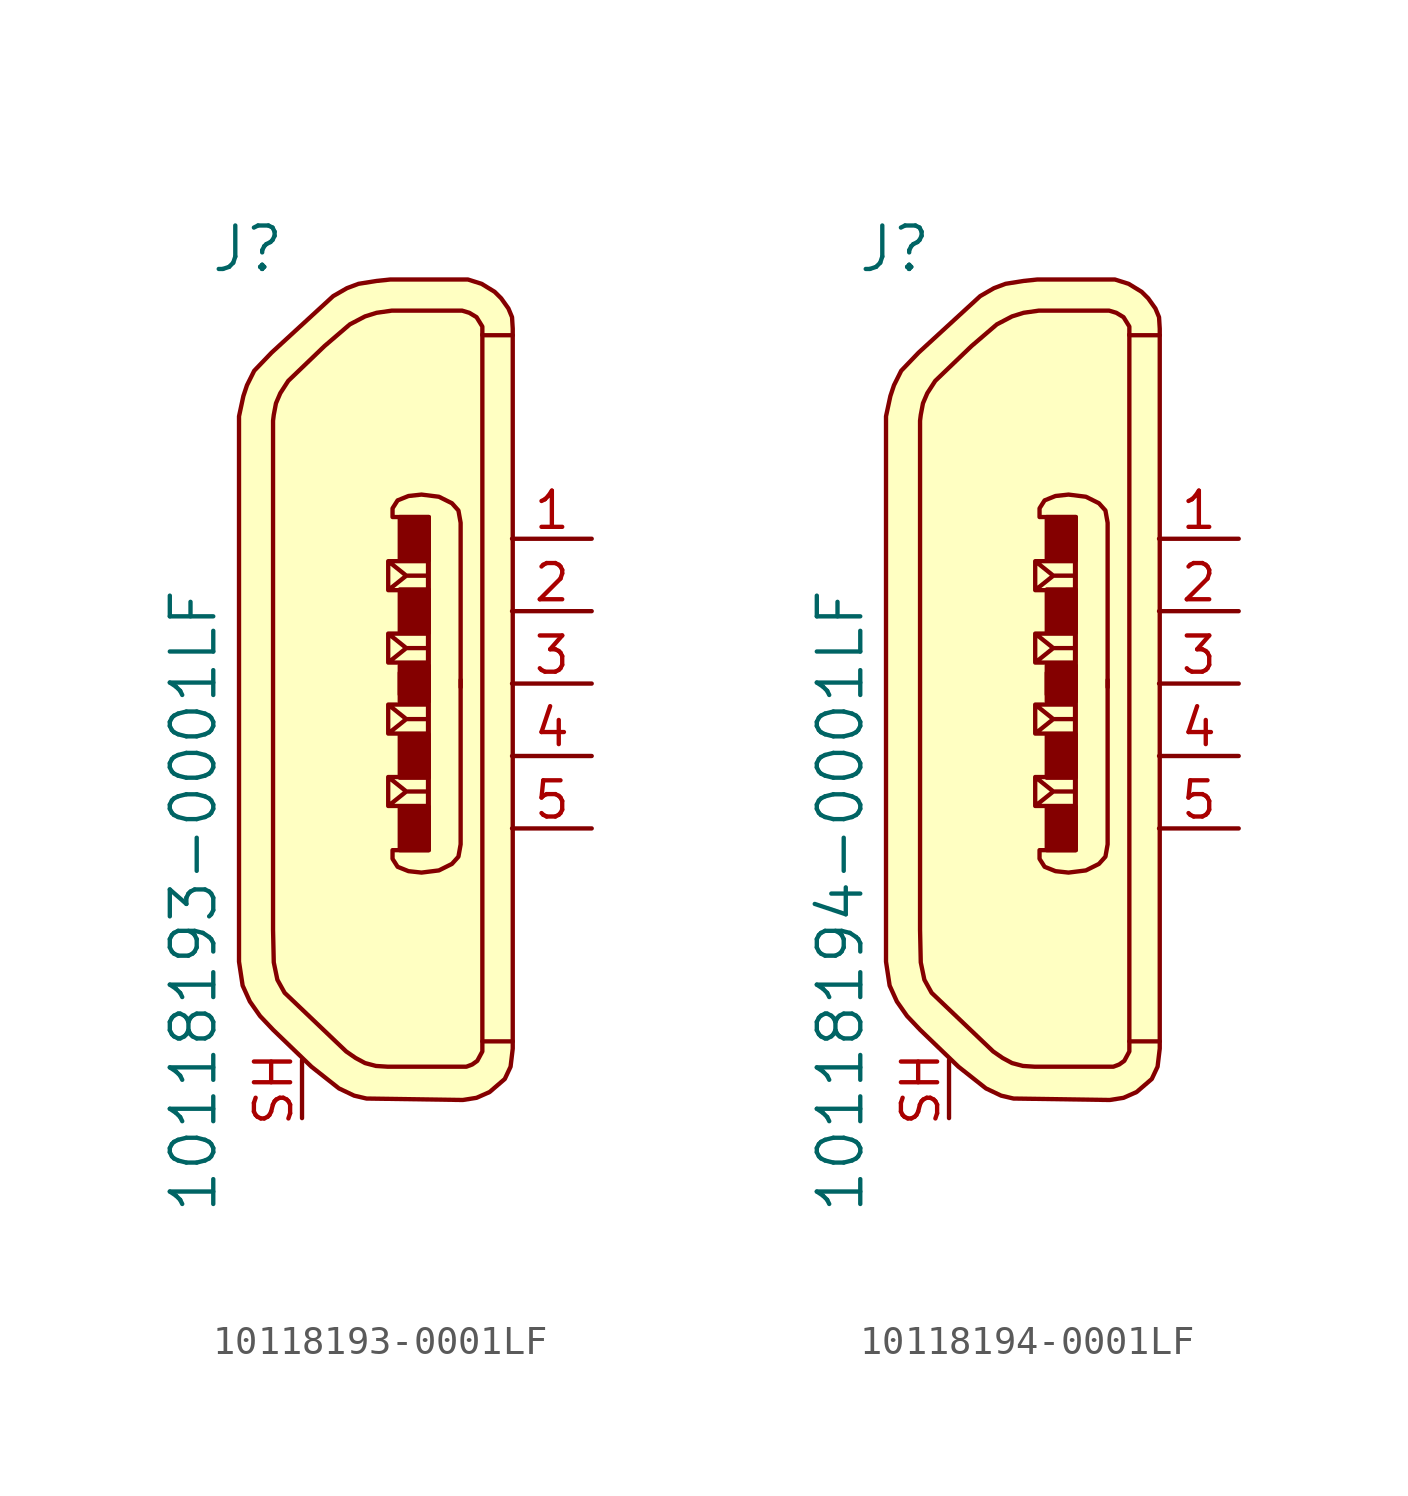
<source format=kicad_sym>
(kicad_symbol_lib
  (version 20211014)
  (generator kicad_symbol_editor)
  (symbol "10118193-0001LF"
    (pin_names
      (offset 1.016))
    (property "Reference" "J"
      (at -4.445 15.24 0)
      (effects (font (size 1.524 1.524))))
    (property "Value" "10118193-0001LF"
      (at -6.35 -7.62 90)
      (effects (font (size 1.524 1.524))))
    (symbol "10118193-0001LF_0_1"
      (polyline (pts (xy 3.785 12.243) (xy 3.785 -12.548)) (stroke (width 0) (type default) (color 0 0 0 0)) (fill (type none)))
      (polyline (pts (xy 0.483 -4.293) (xy 0.483 -3.277) (xy 1.88 -3.277) (xy 1.88 -4.293) (xy 0.483 -4.293) (xy 1.118 -3.785) (xy 0.483 -3.277) (xy 1.88 -3.277) (xy 1.88 -3.785) (xy 1.118 -3.785)) (stroke (width 0) (type default) (color 0 0 0 0)) (fill (type none)))
      (polyline (pts (xy 0.483 -1.753) (xy 0.483 -0.737) (xy 1.88 -0.737) (xy 1.88 -1.753) (xy 0.483 -1.753) (xy 1.118 -1.245) (xy 0.483 -0.737) (xy 1.88 -0.737) (xy 1.88 -1.245) (xy 1.118 -1.245)) (stroke (width 0) (type default) (color 0 0 0 0)) (fill (type none)))
      (polyline (pts (xy 0.483 1.753) (xy 0.483 0.737) (xy 1.88 0.737) (xy 1.88 1.753) (xy 0.483 1.753) (xy 1.118 1.245) (xy 0.483 0.737) (xy 1.88 0.737) (xy 1.88 1.245) (xy 1.118 1.245)) (stroke (width 0) (type default) (color 0 0 0 0)) (fill (type none)))
      (polyline (pts (xy 0.483 4.293) (xy 0.483 3.277) (xy 1.88 3.277) (xy 1.88 4.293) (xy 0.483 4.293) (xy 1.118 3.785) (xy 0.483 3.277) (xy 1.88 3.277) (xy 1.88 3.785) (xy 1.118 3.785)) (stroke (width 0) (type default) (color 0 0 0 0)) (fill (type none)))
      (polyline (pts (xy 1.905 -0.025) (xy 1.905 5.842) (xy 0.635 5.842) (xy 0.635 6.147) (xy 0.813 6.426) (xy 1.194 6.579) (xy 1.651 6.629) (xy 2.261 6.553) (xy 2.718 6.325) (xy 2.946 6.071) (xy 3.023 5.639) (xy 3.023 4.801) (xy 3.023 -0.127)) (stroke (width 0) (type default) (color 0 0 0 0)) (fill (type none)))
      (polyline (pts (xy 1.905 0.025) (xy 1.905 -5.842) (xy 0.635 -5.842) (xy 0.635 -6.147) (xy 0.813 -6.426) (xy 1.194 -6.579) (xy 1.651 -6.629) (xy 2.261 -6.553) (xy 2.718 -6.325) (xy 2.946 -6.071) (xy 3.023 -5.639) (xy 3.023 -4.801) (xy 3.023 0.127)) (stroke (width 0) (type default) (color 0 0 0 0)) (fill (type none)))
      (polyline (pts (xy 4.851 -12.548) (xy 3.835 -12.548) (xy 3.785 -12.548) (xy 3.785 -12.903) (xy 3.607 -13.233) (xy 3.429 -13.36) (xy 3.226 -13.437) (xy 0.457 -13.437) (xy 0.051 -13.411) (xy -0.33 -13.31) (xy -0.66 -13.132) (xy -0.991 -12.903) (xy -3.15 -10.846) (xy -3.404 -10.389) (xy -3.531 -9.779) (xy -3.556 -8.636) (xy -3.556 9.22) (xy -3.531 9.423) (xy -3.454 9.83) (xy -3.302 10.185) (xy -3.023 10.617) (xy -1.753 11.836) (xy -0.864 12.598) (xy -0.33 12.878) (xy 0.076 13.005) (xy 0.61 13.081) (xy 3.073 13.081) (xy 3.327 13.005) (xy 3.581 12.852) (xy 3.785 12.522) (xy 3.785 12.217) (xy 4.851 12.217)) (stroke (width 0) (type default) (color 0 0 0 0)) (fill (type none)))
      (polyline (pts (xy 4.851 -11.481) (xy 4.851 -12.802) (xy 4.775 -13.437) (xy 4.572 -13.868) (xy 4.039 -14.326) (xy 3.581 -14.529) (xy 3.099 -14.605) (xy -0.279 -14.554) (xy -0.711 -14.453) (xy -1.245 -14.199) (xy -2.21 -13.437) (xy -3.556 -12.141) (xy -4.013 -11.659) (xy -4.369 -11.151) (xy -4.623 -10.592) (xy -4.75 -9.754) (xy -4.75 9.373) (xy -4.597 10.084) (xy -4.47 10.465) (xy -4.216 10.973) (xy -3.607 11.608) (xy -1.448 13.589) (xy -0.965 13.868) (xy -0.559 14.021) (xy 0.076 14.122) (xy 0.559 14.173) (xy 3.277 14.173) (xy 3.759 14.021) (xy 4.216 13.741) (xy 4.445 13.513) (xy 4.699 13.157) (xy 4.826 12.852) (xy 4.851 12.446) (xy 4.851 -11.506)) (stroke (width 0) (type default) (color 0 0 0 0)) (fill (type background)))
      (rectangle (start 0.889 -4.318) (end 1.905 -5.842) (stroke (width 0) (type default) (color 0 0 0 0)) (fill (type outline)))
      (rectangle (start 0.889 -3.302) (end 1.905 -1.778) (stroke (width 0) (type default) (color 0 0 0 0)) (fill (type outline)))
      (rectangle (start 0.889 -0.635) (end 1.905 0.381) (stroke (width 0) (type default) (color 0 0 0 0)) (fill (type outline)))
      (rectangle (start 0.889 0.635) (end 1.905 -0.381) (stroke (width 0) (type default) (color 0 0 0 0)) (fill (type outline)))
      (rectangle (start 0.889 3.302) (end 1.905 1.778) (stroke (width 0) (type default) (color 0 0 0 0)) (fill (type outline)))
      (rectangle (start 0.889 4.318) (end 1.905 5.842) (stroke (width 0) (type default) (color 0 0 0 0)) (fill (type outline))))
    (symbol "10118193-0001LF_1_1"
      (pin passive line (at 7.62 5.08 180) (length 2.794) (name "~" (effects (font (size 1.27 1.27)))) (number "1" (effects (font (size 1.27 1.27)))))
      (pin passive line (at 7.62 2.54 180) (length 2.794) (name "~" (effects (font (size 1.27 1.27)))) (number "2" (effects (font (size 1.27 1.27)))))
      (pin passive line (at 7.62 0 180) (length 2.794) (name "~" (effects (font (size 1.27 1.27)))) (number "3" (effects (font (size 1.27 1.27)))))
      (pin passive line (at 7.62 -2.54 180) (length 2.794) (name "~" (effects (font (size 1.27 1.27)))) (number "4" (effects (font (size 1.27 1.27)))))
      (pin passive line (at 7.62 -5.08 180) (length 2.794) (name "~" (effects (font (size 1.27 1.27)))) (number "5" (effects (font (size 1.27 1.27)))))
      (pin passive line (at -2.54 -15.24 90) (length 2.032) (name "~" (effects (font (size 1.27 1.27)))) (number "SH" (effects (font (size 1.27 1.27)))))))
  (symbol "10118194-0001LF"
    (pin_names
      (offset 1.016))
    (property "Reference" "J"
      (at -4.445 15.24 0)
      (effects (font (size 1.524 1.524))))
    (property "Value" "10118194-0001LF"
      (at -6.35 -7.62 90)
      (effects (font (size 1.524 1.524))))
    (symbol "10118194-0001LF_0_1"
      (polyline (pts (xy 3.785 12.243) (xy 3.785 -12.548)) (stroke (width 0) (type default) (color 0 0 0 0)) (fill (type none)))
      (polyline (pts (xy 0.483 -4.293) (xy 0.483 -3.277) (xy 1.88 -3.277) (xy 1.88 -4.293) (xy 0.483 -4.293) (xy 1.118 -3.785) (xy 0.483 -3.277) (xy 1.88 -3.277) (xy 1.88 -3.785) (xy 1.118 -3.785)) (stroke (width 0) (type default) (color 0 0 0 0)) (fill (type none)))
      (polyline (pts (xy 0.483 -1.753) (xy 0.483 -0.737) (xy 1.88 -0.737) (xy 1.88 -1.753) (xy 0.483 -1.753) (xy 1.118 -1.245) (xy 0.483 -0.737) (xy 1.88 -0.737) (xy 1.88 -1.245) (xy 1.118 -1.245)) (stroke (width 0) (type default) (color 0 0 0 0)) (fill (type none)))
      (polyline (pts (xy 0.483 1.753) (xy 0.483 0.737) (xy 1.88 0.737) (xy 1.88 1.753) (xy 0.483 1.753) (xy 1.118 1.245) (xy 0.483 0.737) (xy 1.88 0.737) (xy 1.88 1.245) (xy 1.118 1.245)) (stroke (width 0) (type default) (color 0 0 0 0)) (fill (type none)))
      (polyline (pts (xy 0.483 4.293) (xy 0.483 3.277) (xy 1.88 3.277) (xy 1.88 4.293) (xy 0.483 4.293) (xy 1.118 3.785) (xy 0.483 3.277) (xy 1.88 3.277) (xy 1.88 3.785) (xy 1.118 3.785)) (stroke (width 0) (type default) (color 0 0 0 0)) (fill (type none)))
      (polyline (pts (xy 1.905 -0.025) (xy 1.905 5.842) (xy 0.635 5.842) (xy 0.635 6.147) (xy 0.813 6.426) (xy 1.194 6.579) (xy 1.651 6.629) (xy 2.261 6.553) (xy 2.718 6.325) (xy 2.946 6.071) (xy 3.023 5.639) (xy 3.023 4.801) (xy 3.023 -0.127)) (stroke (width 0) (type default) (color 0 0 0 0)) (fill (type none)))
      (polyline (pts (xy 1.905 0.025) (xy 1.905 -5.842) (xy 0.635 -5.842) (xy 0.635 -6.147) (xy 0.813 -6.426) (xy 1.194 -6.579) (xy 1.651 -6.629) (xy 2.261 -6.553) (xy 2.718 -6.325) (xy 2.946 -6.071) (xy 3.023 -5.639) (xy 3.023 -4.801) (xy 3.023 0.127)) (stroke (width 0) (type default) (color 0 0 0 0)) (fill (type none)))
      (polyline (pts (xy 4.851 -12.548) (xy 3.835 -12.548) (xy 3.785 -12.548) (xy 3.785 -12.903) (xy 3.607 -13.233) (xy 3.429 -13.36) (xy 3.226 -13.437) (xy 0.457 -13.437) (xy 0.051 -13.411) (xy -0.33 -13.31) (xy -0.66 -13.132) (xy -0.991 -12.903) (xy -3.15 -10.846) (xy -3.404 -10.389) (xy -3.531 -9.779) (xy -3.556 -8.636) (xy -3.556 9.22) (xy -3.531 9.423) (xy -3.454 9.83) (xy -3.302 10.185) (xy -3.023 10.617) (xy -1.753 11.836) (xy -0.864 12.598) (xy -0.33 12.878) (xy 0.076 13.005) (xy 0.61 13.081) (xy 3.073 13.081) (xy 3.327 13.005) (xy 3.581 12.852) (xy 3.785 12.522) (xy 3.785 12.217) (xy 4.851 12.217)) (stroke (width 0) (type default) (color 0 0 0 0)) (fill (type none)))
      (polyline (pts (xy 4.851 -11.481) (xy 4.851 -12.802) (xy 4.775 -13.437) (xy 4.572 -13.868) (xy 4.039 -14.326) (xy 3.581 -14.529) (xy 3.099 -14.605) (xy -0.279 -14.554) (xy -0.711 -14.453) (xy -1.245 -14.199) (xy -2.21 -13.437) (xy -3.556 -12.141) (xy -4.013 -11.659) (xy -4.369 -11.151) (xy -4.623 -10.592) (xy -4.75 -9.754) (xy -4.75 9.373) (xy -4.597 10.084) (xy -4.47 10.465) (xy -4.216 10.973) (xy -3.607 11.608) (xy -1.448 13.589) (xy -0.965 13.868) (xy -0.559 14.021) (xy 0.076 14.122) (xy 0.559 14.173) (xy 3.277 14.173) (xy 3.759 14.021) (xy 4.216 13.741) (xy 4.445 13.513) (xy 4.699 13.157) (xy 4.826 12.852) (xy 4.851 12.446) (xy 4.851 -11.506)) (stroke (width 0) (type default) (color 0 0 0 0)) (fill (type background)))
      (rectangle (start 0.889 -4.318) (end 1.905 -5.842) (stroke (width 0) (type default) (color 0 0 0 0)) (fill (type outline)))
      (rectangle (start 0.889 -3.302) (end 1.905 -1.778) (stroke (width 0) (type default) (color 0 0 0 0)) (fill (type outline)))
      (rectangle (start 0.889 -0.635) (end 1.905 0.381) (stroke (width 0) (type default) (color 0 0 0 0)) (fill (type outline)))
      (rectangle (start 0.889 0.635) (end 1.905 -0.381) (stroke (width 0) (type default) (color 0 0 0 0)) (fill (type outline)))
      (rectangle (start 0.889 3.302) (end 1.905 1.778) (stroke (width 0) (type default) (color 0 0 0 0)) (fill (type outline)))
      (rectangle (start 0.889 4.318) (end 1.905 5.842) (stroke (width 0) (type default) (color 0 0 0 0)) (fill (type outline))))
    (symbol "10118194-0001LF_1_1"
      (pin passive line (at 7.62 5.08 180) (length 2.794) (name "~" (effects (font (size 1.27 1.27)))) (number "1" (effects (font (size 1.27 1.27)))))
      (pin passive line (at 7.62 2.54 180) (length 2.794) (name "~" (effects (font (size 1.27 1.27)))) (number "2" (effects (font (size 1.27 1.27)))))
      (pin passive line (at 7.62 0 180) (length 2.794) (name "~" (effects (font (size 1.27 1.27)))) (number "3" (effects (font (size 1.27 1.27)))))
      (pin passive line (at 7.62 -2.54 180) (length 2.794) (name "~" (effects (font (size 1.27 1.27)))) (number "4" (effects (font (size 1.27 1.27)))))
      (pin passive line (at 7.62 -5.08 180) (length 2.794) (name "~" (effects (font (size 1.27 1.27)))) (number "5" (effects (font (size 1.27 1.27)))))
      (pin passive line (at -2.54 -15.24 90) (length 2.032) (name "~" (effects (font (size 1.27 1.27)))) (number "SH" (effects (font (size 1.27 1.27))))))))
</source>
